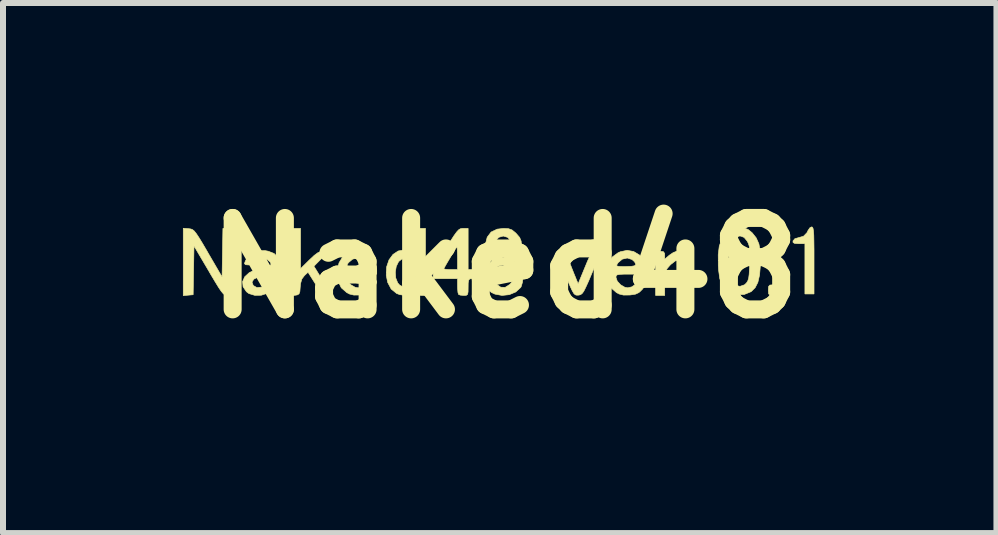
<source format=kicad_pcb>
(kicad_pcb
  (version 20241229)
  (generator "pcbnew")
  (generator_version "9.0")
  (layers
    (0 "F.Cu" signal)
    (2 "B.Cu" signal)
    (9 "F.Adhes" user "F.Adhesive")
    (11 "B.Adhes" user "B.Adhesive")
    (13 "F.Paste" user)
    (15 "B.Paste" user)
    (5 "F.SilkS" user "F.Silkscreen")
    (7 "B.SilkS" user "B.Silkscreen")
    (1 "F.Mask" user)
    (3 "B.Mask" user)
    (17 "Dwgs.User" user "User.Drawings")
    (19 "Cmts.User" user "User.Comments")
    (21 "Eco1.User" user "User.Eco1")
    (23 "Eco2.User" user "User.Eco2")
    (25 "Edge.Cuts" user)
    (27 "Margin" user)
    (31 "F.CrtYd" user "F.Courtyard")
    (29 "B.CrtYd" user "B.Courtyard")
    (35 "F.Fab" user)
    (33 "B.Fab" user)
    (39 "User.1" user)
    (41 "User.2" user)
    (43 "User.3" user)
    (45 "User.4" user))
  (footprint "Naked48"
    (layer "F.Cu")
    (at 5.364 1.418)
    (property "Reference" "Naked48" (at 0 0 0) (layer "F.SilkS") (effects (font (size 1.524 1.524) (thickness 0.3))))
    (attr through_hole)
    (fp_poly (pts (xy 4.543 0.283) (xy 4.567 0.306) (xy 4.572 0.362) (xy 4.572 0.368) (xy 4.568 0.428) (xy 4.546 0.452) (xy 4.49 0.457) (xy 4.483 0.457) (xy 4.424 0.453) (xy 4.399 0.431) (xy 4.394 0.375) (xy 4.394 0.368) (xy 4.398 0.309) (xy 4.42 0.284) (xy 4.476 0.279) (xy 4.483 0.279) (xy 4.543 0.283)) (stroke (width 0.01) (type solid)) (fill yes) (layer "F.SilkS"))
    (fp_poly (pts (xy 5.13 -0.68) (xy 5.14 -0.659) (xy 5.147 -0.617) (xy 5.152 -0.548) (xy 5.154 -0.445) (xy 5.156 -0.303) (xy 5.156 -0.127) (xy 5.156 0.432) (xy 5.004 0.432) (xy 5.004 -0.406) (xy 4.9 -0.406) (xy 4.834 -0.41) (xy 4.807 -0.425) (xy 4.805 -0.451) (xy 4.837 -0.489) (xy 4.89 -0.504) (xy 4.981 -0.53) (xy 5.039 -0.59) (xy 5.057 -0.628) (xy 5.088 -0.672) (xy 5.117 -0.686) (xy 5.13 -0.68)) (stroke (width 0.01) (type solid)) (fill yes) (layer "F.SilkS"))
    (fp_poly (pts (xy -5.268 -0.656) (xy -5.234 -0.651) (xy -5.206 -0.641) (xy -5.177 -0.618) (xy -5.143 -0.576) (xy -5.099 -0.51) (xy -5.04 -0.414) (xy -4.962 -0.281) (xy -4.944 -0.249) (xy -4.712 0.149) (xy -4.698 -0.66) (xy -4.521 -0.66) (xy -4.521 0.457) (xy -4.608 0.457) (xy -4.639 0.456) (xy -4.666 0.448) (xy -4.693 0.427) (xy -4.726 0.388) (xy -4.769 0.325) (xy -4.826 0.232) (xy -4.903 0.103) (xy -4.937 0.044) (xy -5.18 -0.368) (xy -5.194 0.445) (xy -5.359 0.46) (xy -5.359 -0.663) (xy -5.268 -0.656)) (stroke (width 0.01) (type solid)) (fill yes) (layer "F.SilkS"))
    (fp_poly (pts (xy 2.996 -0.26) (xy 2.997 -0.225) (xy 2.992 -0.167) (xy 2.968 -0.143) (xy 2.916 -0.137) (xy 2.843 -0.118) (xy 2.77 -0.061) (xy 2.751 -0.042) (xy 2.709 0.007) (xy 2.684 0.05) (xy 2.672 0.104) (xy 2.667 0.182) (xy 2.667 0.254) (xy 2.667 0.457) (xy 2.515 0.457) (xy 2.515 -0.279) (xy 2.591 -0.279) (xy 2.645 -0.273) (xy 2.665 -0.244) (xy 2.667 -0.214) (xy 2.667 -0.148) (xy 2.745 -0.214) (xy 2.807 -0.256) (xy 2.861 -0.278) (xy 2.87 -0.279) (xy 2.934 -0.288) (xy 2.957 -0.295) (xy 2.985 -0.295) (xy 2.996 -0.26)) (stroke (width 0.01) (type solid)) (fill yes) (layer "F.SilkS"))
    (fp_poly (pts (xy -3.404 0.011) (xy -3.257 -0.134) (xy -3.176 -0.21) (xy -3.117 -0.254) (xy -3.067 -0.275) (xy -3.023 -0.279) (xy -2.936 -0.279) (xy -3.058 -0.155) (xy -3.181 -0.03) (xy -3.038 0.201) (xy -2.98 0.296) (xy -2.933 0.375) (xy -2.903 0.427) (xy -2.896 0.444) (xy -2.918 0.454) (xy -2.965 0.457) (xy -3.003 0.451) (xy -3.039 0.427) (xy -3.082 0.377) (xy -3.138 0.294) (xy -3.157 0.263) (xy -3.279 0.07) (xy -3.34 0.127) (xy -3.382 0.183) (xy -3.404 0.26) (xy -3.409 0.314) (xy -3.415 0.391) (xy -3.429 0.431) (xy -3.458 0.448) (xy -3.486 0.453) (xy -3.556 0.461) (xy -3.556 -0.66) (xy -3.404 -0.66) (xy -3.404 0.011)) (stroke (width 0.01) (type solid)) (fill yes) (layer "F.SilkS"))
    (fp_poly (pts (xy -1.321 0.457) (xy -1.395 0.457) (xy -1.452 0.447) (xy -1.481 0.425) (xy -1.498 0.406) (xy -1.526 0.425) (xy -1.581 0.449) (xy -1.662 0.456) (xy -1.748 0.444) (xy -1.801 0.425) (xy -1.893 0.35) (xy -1.952 0.238) (xy -1.975 0.121) (xy -1.973 0.068) (xy -1.824 0.068) (xy -1.817 0.165) (xy -1.784 0.248) (xy -1.751 0.285) (xy -1.674 0.325) (xy -1.6 0.316) (xy -1.536 0.268) (xy -1.487 0.192) (xy -1.47 0.104) (xy -1.481 0.015) (xy -1.514 -0.067) (xy -1.566 -0.129) (xy -1.633 -0.162) (xy -1.709 -0.155) (xy -1.769 -0.107) (xy -1.808 -0.028) (xy -1.824 0.068) (xy -1.973 0.068) (xy -1.969 -0.018) (xy -1.929 -0.136) (xy -1.863 -0.226) (xy -1.776 -0.284) (xy -1.674 -0.303) (xy -1.564 -0.278) (xy -1.543 -0.268) (xy -1.473 -0.232) (xy -1.473 -0.66) (xy -1.321 -0.66) (xy -1.321 0.457)) (stroke (width 0.01) (type solid)) (fill yes) (layer "F.SilkS"))
    (fp_poly (pts (xy 0.974 -0.275) (xy 1.003 -0.256) (xy 1.03 -0.213) (xy 1.064 -0.135) (xy 1.08 -0.095) (xy 1.12 0.007) (xy 1.158 0.103) (xy 1.187 0.173) (xy 1.188 0.177) (xy 1.224 0.264) (xy 1.333 -0.001) (xy 1.381 -0.117) (xy 1.416 -0.193) (xy 1.444 -0.239) (xy 1.471 -0.262) (xy 1.502 -0.272) (xy 1.521 -0.275) (xy 1.575 -0.277) (xy 1.6 -0.273) (xy 1.6 -0.272) (xy 1.591 -0.246) (xy 1.565 -0.182) (xy 1.526 -0.088) (xy 1.478 0.028) (xy 1.451 0.092) (xy 1.394 0.227) (xy 1.35 0.323) (xy 1.318 0.387) (xy 1.291 0.424) (xy 1.266 0.443) (xy 1.238 0.451) (xy 1.228 0.452) (xy 1.199 0.453) (xy 1.175 0.446) (xy 1.151 0.423) (xy 1.125 0.378) (xy 1.09 0.303) (xy 1.043 0.192) (xy 1.008 0.109) (xy 0.957 -0.015) (xy 0.914 -0.122) (xy 0.882 -0.204) (xy 0.865 -0.252) (xy 0.863 -0.26) (xy 0.885 -0.274) (xy 0.936 -0.279) (xy 0.974 -0.275)) (stroke (width 0.01) (type solid)) (fill yes) (layer "F.SilkS"))
    (fp_poly (pts (xy -0.61 0.025) (xy -0.546 0.025) (xy -0.501 0.034) (xy -0.484 0.068) (xy -0.483 0.102) (xy -0.489 0.156) (xy -0.518 0.176) (xy -0.546 0.178) (xy -0.582 0.181) (xy -0.601 0.201) (xy -0.609 0.248) (xy -0.61 0.318) (xy -0.611 0.397) (xy -0.619 0.439) (xy -0.641 0.455) (xy -0.682 0.457) (xy -0.74 0.452) (xy -0.77 0.44) (xy -0.78 0.407) (xy -0.786 0.341) (xy -0.787 0.301) (xy -0.787 0.178) (xy -1.194 0.178) (xy -1.194 0.099) (xy -1.18 0.042) (xy -1.168 0.013) (xy -1.016 0.013) (xy -0.993 0.02) (xy -0.936 0.025) (xy -0.902 0.025) (xy -0.787 0.025) (xy -0.787 -0.169) (xy -0.789 -0.26) (xy -0.792 -0.325) (xy -0.796 -0.353) (xy -0.797 -0.353) (xy -0.817 -0.325) (xy -0.853 -0.267) (xy -0.898 -0.193) (xy -0.944 -0.115) (xy -0.984 -0.047) (xy -1.01 0.000248) (xy -1.016 0.013) (xy -1.168 0.013) (xy -1.14 -0.049) (xy -1.07 -0.176) (xy -0.984 -0.319) (xy -0.905 -0.448) (xy -0.846 -0.539) (xy -0.802 -0.6) (xy -0.769 -0.636) (xy -0.74 -0.654) (xy -0.71 -0.66) (xy -0.692 -0.66) (xy -0.61 -0.66) (xy -0.61 0.025)) (stroke (width 0.01) (type solid)) (fill yes) (layer "F.SilkS"))
    (fp_poly (pts (xy 3.997 -0.665) (xy 4.058 -0.642) (xy 4.119 -0.592) (xy 4.125 -0.587) (xy 4.192 -0.503) (xy 4.237 -0.403) (xy 4.26 -0.275) (xy 4.265 -0.112) (xy 4.262 -0.045) (xy 4.248 0.118) (xy 4.22 0.239) (xy 4.175 0.327) (xy 4.112 0.39) (xy 4.103 0.396) (xy 3.992 0.441) (xy 3.87 0.446) (xy 3.76 0.414) (xy 3.679 0.358) (xy 3.622 0.282) (xy 3.585 0.177) (xy 3.565 0.034) (xy 3.56 -0.044) (xy 3.56 -0.125) (xy 3.729 -0.125) (xy 3.734 0.008) (xy 3.751 0.125) (xy 3.779 0.212) (xy 3.784 0.222) (xy 3.847 0.287) (xy 3.921 0.306) (xy 3.997 0.28) (xy 4.028 0.251) (xy 4.05 0.219) (xy 4.066 0.173) (xy 4.075 0.104) (xy 4.081 0.000011) (xy 4.084 -0.085) (xy 4.086 -0.214) (xy 4.084 -0.303) (xy 4.076 -0.365) (xy 4.061 -0.412) (xy 4.04 -0.451) (xy 3.991 -0.51) (xy 3.935 -0.532) (xy 3.912 -0.533) (xy 3.849 -0.521) (xy 3.801 -0.476) (xy 3.784 -0.451) (xy 3.754 -0.37) (xy 3.736 -0.256) (xy 3.729 -0.125) (xy 3.56 -0.125) (xy 3.559 -0.223) (xy 3.576 -0.362) (xy 3.613 -0.471) (xy 3.672 -0.559) (xy 3.698 -0.587) (xy 3.761 -0.639) (xy 3.82 -0.664) (xy 3.903 -0.67) (xy 3.912 -0.67) (xy 3.997 -0.665)) (stroke (width 0.01) (type solid)) (fill yes) (layer "F.SilkS"))
    (fp_poly (pts (xy -2.347 -0.275) (xy -2.251 -0.218) (xy -2.178 -0.13) (xy -2.138 -0.02) (xy -2.134 0.037) (xy -2.134 0.102) (xy -2.388 0.102) (xy -2.503 0.102) (xy -2.577 0.106) (xy -2.619 0.113) (xy -2.637 0.127) (xy -2.642 0.15) (xy -2.642 0.154) (xy -2.619 0.219) (xy -2.564 0.28) (xy -2.493 0.321) (xy -2.443 0.33) (xy -2.374 0.313) (xy -2.316 0.27) (xy -2.287 0.217) (xy -2.286 0.208) (xy -2.264 0.187) (xy -2.211 0.178) (xy -2.21 0.178) (xy -2.151 0.192) (xy -2.133 0.233) (xy -2.157 0.295) (xy -2.206 0.359) (xy -2.259 0.409) (xy -2.317 0.436) (xy -2.401 0.449) (xy -2.415 0.45) (xy -2.515 0.451) (xy -2.589 0.433) (xy -2.634 0.409) (xy -2.725 0.329) (xy -2.776 0.224) (xy -2.791 0.088) (xy -2.789 0.047) (xy -2.77 -0.051) (xy -2.629 -0.051) (xy -2.626 -0.035) (xy -2.594 -0.027) (xy -2.525 -0.025) (xy -2.48 -0.025) (xy -2.386 -0.028) (xy -2.333 -0.037) (xy -2.313 -0.054) (xy -2.311 -0.063) (xy -2.331 -0.103) (xy -2.374 -0.142) (xy -2.454 -0.167) (xy -2.536 -0.148) (xy -2.605 -0.09) (xy -2.611 -0.081) (xy -2.629 -0.051) (xy -2.77 -0.051) (xy -2.763 -0.085) (xy -2.704 -0.182) (xy -2.607 -0.254) (xy -2.569 -0.271) (xy -2.456 -0.295) (xy -2.347 -0.275)) (stroke (width 0.01) (type solid)) (fill yes) (layer "F.SilkS"))
    (fp_poly (pts (xy 2.149 -0.275) (xy 2.245 -0.218) (xy 2.317 -0.13) (xy 2.357 -0.02) (xy 2.362 0.037) (xy 2.362 0.102) (xy 2.108 0.102) (xy 1.993 0.102) (xy 1.919 0.106) (xy 1.877 0.113) (xy 1.859 0.127) (xy 1.854 0.15) (xy 1.854 0.154) (xy 1.876 0.219) (xy 1.932 0.28) (xy 2.003 0.321) (xy 2.052 0.33) (xy 2.122 0.313) (xy 2.18 0.27) (xy 2.209 0.217) (xy 2.21 0.208) (xy 2.232 0.187) (xy 2.285 0.178) (xy 2.286 0.178) (xy 2.345 0.192) (xy 2.362 0.233) (xy 2.339 0.295) (xy 2.29 0.359) (xy 2.237 0.409) (xy 2.179 0.436) (xy 2.095 0.449) (xy 2.081 0.45) (xy 1.981 0.451) (xy 1.907 0.433) (xy 1.862 0.409) (xy 1.771 0.329) (xy 1.72 0.224) (xy 1.705 0.088) (xy 1.707 0.047) (xy 1.726 -0.051) (xy 1.867 -0.051) (xy 1.87 -0.035) (xy 1.901 -0.027) (xy 1.971 -0.025) (xy 2.016 -0.025) (xy 2.11 -0.028) (xy 2.163 -0.037) (xy 2.183 -0.054) (xy 2.184 -0.063) (xy 2.165 -0.103) (xy 2.122 -0.142) (xy 2.042 -0.167) (xy 1.96 -0.148) (xy 1.891 -0.09) (xy 1.885 -0.081) (xy 1.867 -0.051) (xy 1.726 -0.051) (xy 1.733 -0.085) (xy 1.791 -0.182) (xy 1.889 -0.254) (xy 1.927 -0.271) (xy 2.04 -0.295) (xy 2.149 -0.275)) (stroke (width 0.01) (type solid)) (fill yes) (layer "F.SilkS"))
    (fp_poly (pts (xy -3.941 -0.28) (xy -3.845 -0.242) (xy -3.785 -0.183) (xy -3.752 -0.092) (xy -3.742 0.001) (xy -3.736 0.119) (xy -3.729 0.248) (xy -3.726 0.305) (xy -3.718 0.457) (xy -3.79 0.457) (xy -3.847 0.446) (xy -3.876 0.422) (xy -3.893 0.4) (xy -3.926 0.406) (xy -3.958 0.421) (xy -4.06 0.454) (xy -4.168 0.455) (xy -4.264 0.426) (xy -4.306 0.395) (xy -4.362 0.312) (xy -4.369 0.234) (xy -4.213 0.234) (xy -4.194 0.288) (xy -4.191 0.292) (xy -4.132 0.326) (xy -4.05 0.318) (xy -3.969 0.28) (xy -3.907 0.228) (xy -3.886 0.168) (xy -3.886 0.163) (xy -3.89 0.119) (xy -3.912 0.105) (xy -3.967 0.111) (xy -3.978 0.113) (xy -4.104 0.146) (xy -4.183 0.186) (xy -4.213 0.234) (xy -4.369 0.234) (xy -4.37 0.227) (xy -4.335 0.147) (xy -4.259 0.077) (xy -4.147 0.023) (xy -4.102 0.011) (xy -3.997 -0.016) (xy -3.934 -0.034) (xy -3.902 -0.05) (xy -3.896 -0.067) (xy -3.906 -0.09) (xy -3.911 -0.101) (xy -3.957 -0.14) (xy -4.027 -0.155) (xy -4.101 -0.147) (xy -4.156 -0.115) (xy -4.166 -0.102) (xy -4.216 -0.059) (xy -4.268 -0.051) (xy -4.321 -0.055) (xy -4.339 -0.074) (xy -4.324 -0.117) (xy -4.294 -0.17) (xy -4.22 -0.245) (xy -4.117 -0.286) (xy -3.998 -0.291) (xy -3.941 -0.28)) (stroke (width 0.01) (type solid)) (fill yes) (layer "F.SilkS"))
    (fp_poly (pts (xy 0.062 -0.656) (xy 0.121 -0.635) (xy 0.179 -0.588) (xy 0.193 -0.574) (xy 0.249 -0.509) (xy 0.274 -0.448) (xy 0.279 -0.372) (xy 0.267 -0.272) (xy 0.227 -0.196) (xy 0.221 -0.189) (xy 0.162 -0.121) (xy 0.234 -0.05) (xy 0.28 0.007) (xy 0.301 0.071) (xy 0.305 0.145) (xy 0.296 0.236) (xy 0.274 0.31) (xy 0.265 0.325) (xy 0.184 0.399) (xy 0.076 0.444) (xy -0.045 0.457) (xy -0.163 0.435) (xy -0.221 0.408) (xy -0.297 0.347) (xy -0.34 0.274) (xy -0.355 0.173) (xy -0.356 0.139) (xy -0.352 0.1) (xy -0.199 0.1) (xy -0.193 0.183) (xy -0.147 0.261) (xy -0.141 0.268) (xy -0.066 0.32) (xy 0.008 0.322) (xy 0.085 0.273) (xy 0.093 0.265) (xy 0.137 0.209) (xy 0.148 0.151) (xy 0.143 0.106) (xy 0.111 0.014) (xy 0.049 -0.037) (xy -0.03 -0.051) (xy -0.114 -0.03) (xy -0.172 0.025) (xy -0.199 0.1) (xy -0.352 0.1) (xy -0.348 0.053) (xy -0.32 -0.009) (xy -0.284 -0.05) (xy -0.213 -0.121) (xy -0.275 -0.192) (xy -0.312 -0.245) (xy -0.327 -0.301) (xy -0.324 -0.382) (xy -0.176 -0.382) (xy -0.17 -0.301) (xy -0.128 -0.23) (xy -0.127 -0.229) (xy -0.072 -0.191) (xy -0.025 -0.178) (xy 0.03 -0.195) (xy 0.076 -0.229) (xy 0.119 -0.3) (xy 0.125 -0.38) (xy 0.1 -0.455) (xy 0.049 -0.511) (xy -0.024 -0.533) (xy -0.025 -0.533) (xy -0.099 -0.512) (xy -0.15 -0.456) (xy -0.176 -0.382) (xy -0.324 -0.382) (xy -0.324 -0.382) (xy -0.324 -0.39) (xy -0.292 -0.514) (xy -0.227 -0.6) (xy -0.126 -0.648) (xy -0.022 -0.66) (xy 0.062 -0.656)) (stroke (width 0.01) (type solid)) (fill yes) (layer "F.SilkS")))
  (gr_rect
    (start -3 -3)
    (end 13.561 5.836)
    (stroke (width 0.1) (type default))
    (fill no)
    (layer "Edge.Cuts")))
</source>
